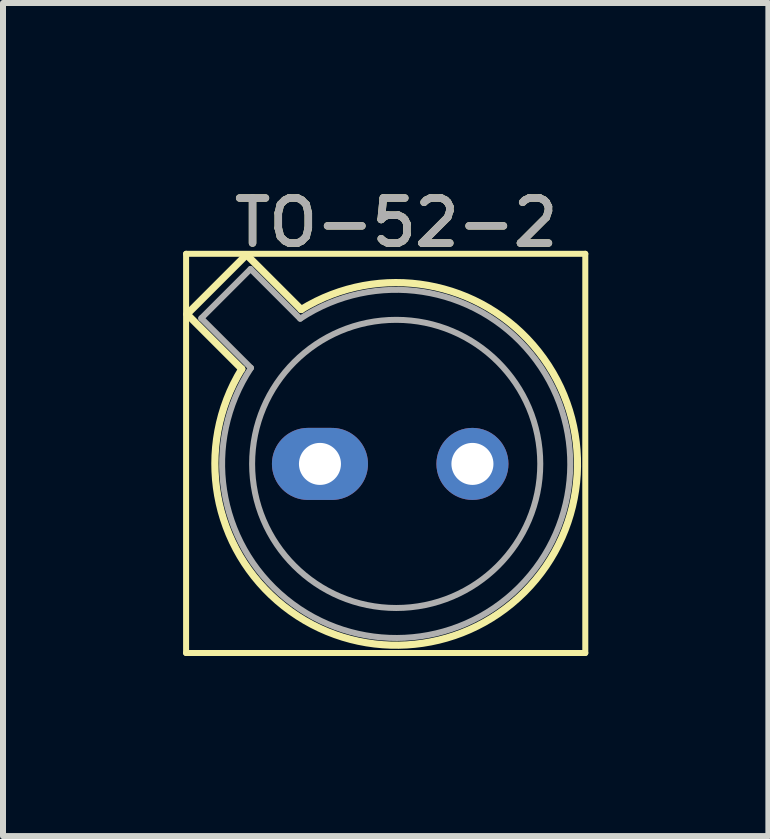
<source format=kicad_pcb>
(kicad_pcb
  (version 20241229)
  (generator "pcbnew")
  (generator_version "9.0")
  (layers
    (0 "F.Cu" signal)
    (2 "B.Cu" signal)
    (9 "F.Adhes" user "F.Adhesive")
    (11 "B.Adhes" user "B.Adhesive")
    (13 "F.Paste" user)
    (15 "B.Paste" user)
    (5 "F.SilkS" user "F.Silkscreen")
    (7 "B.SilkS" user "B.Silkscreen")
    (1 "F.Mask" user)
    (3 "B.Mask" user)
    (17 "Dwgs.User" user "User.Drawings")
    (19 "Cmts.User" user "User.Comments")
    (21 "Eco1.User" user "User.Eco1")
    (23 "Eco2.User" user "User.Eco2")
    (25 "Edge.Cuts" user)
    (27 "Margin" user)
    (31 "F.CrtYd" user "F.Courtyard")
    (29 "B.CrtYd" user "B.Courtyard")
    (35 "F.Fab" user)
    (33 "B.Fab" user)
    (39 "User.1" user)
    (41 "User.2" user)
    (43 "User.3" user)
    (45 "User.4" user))
  (footprint "TO-52-2"
    (layer "F.Cu")
    (at 2.28 4.678)
    (property "Reference" "TO-52-2" (at 1.27 -4.02 0) (layer "F.SilkS") (effects (font (size 0.75 0.75) (thickness 0.125))))
    (attr through_hole)
    (fp_line (start -2.23 -3.5) (end -2.23 3.15) (stroke (width 0.1) (type solid)) (layer "F.SilkS"))
    (fp_line (start -2.23 3.15) (end 4.42 3.15) (stroke (width 0.1) (type solid)) (layer "F.SilkS"))
    (fp_line (start -2.214 -2.494) (end -1.302 -1.582) (stroke (width 0.12) (type solid)) (layer "F.SilkS"))
    (fp_line (start -1.224 -3.484) (end -2.214 -2.494) (stroke (width 0.12) (type solid)) (layer "F.SilkS"))
    (fp_line (start -0.312 -2.572) (end -1.224 -3.484) (stroke (width 0.12) (type solid)) (layer "F.SilkS"))
    (fp_line (start 4.42 -3.5) (end -2.23 -3.5) (stroke (width 0.1) (type solid)) (layer "F.SilkS"))
    (fp_line (start 4.42 3.15) (end 4.42 -3.5) (stroke (width 0.1) (type solid)) (layer "F.SilkS"))
    (fp_arc (start -0.312331 -2.572281) (mid 3.405462 2.135462) (end -1.302281 -1.582331) (stroke (width 0.12) (type solid)) (layer "F.SilkS"))
    (fp_line (start -1.977 -2.426) (end -1.149 -1.599) (stroke (width 0.1) (type solid)) (layer "F.Fab"))
    (fp_line (start -1.156 -3.247) (end -1.977 -2.426) (stroke (width 0.1) (type solid)) (layer "F.Fab"))
    (fp_line (start -0.329 -2.419) (end -1.156 -3.247) (stroke (width 0.1) (type solid)) (layer "F.Fab"))
    (fp_arc (start -0.329057 -2.419301) (mid 3.32061 2.05061) (end -1.149301 -1.599057) (stroke (width 0.1) (type solid)) (layer "F.Fab"))
    (fp_circle (center 1.27 0) (end 3.67 0) (stroke (width 0.1) (type solid)) (fill no) (layer "F.Fab"))
    (fp_text user "${REFERENCE}" (at 1.27 -4.02 0) (layer "F.Fab") (effects (font (size 0.75 0.75) (thickness 0.125))))
    (pad "1" thru_hole oval (at 0 0) (size 1.6 1.2) (drill 0.7) (layers "*.Cu" "*.Mask"))
    (pad "2" thru_hole circle (at 2.54 0) (size 1.2 1.2) (drill 0.7) (layers "*.Cu" "*.Mask")))
  (gr_rect
    (start -3 -3)
    (end 9.75 10.878)
    (stroke (width 0.1) (type default))
    (fill no)
    (layer "Edge.Cuts")))
</source>
